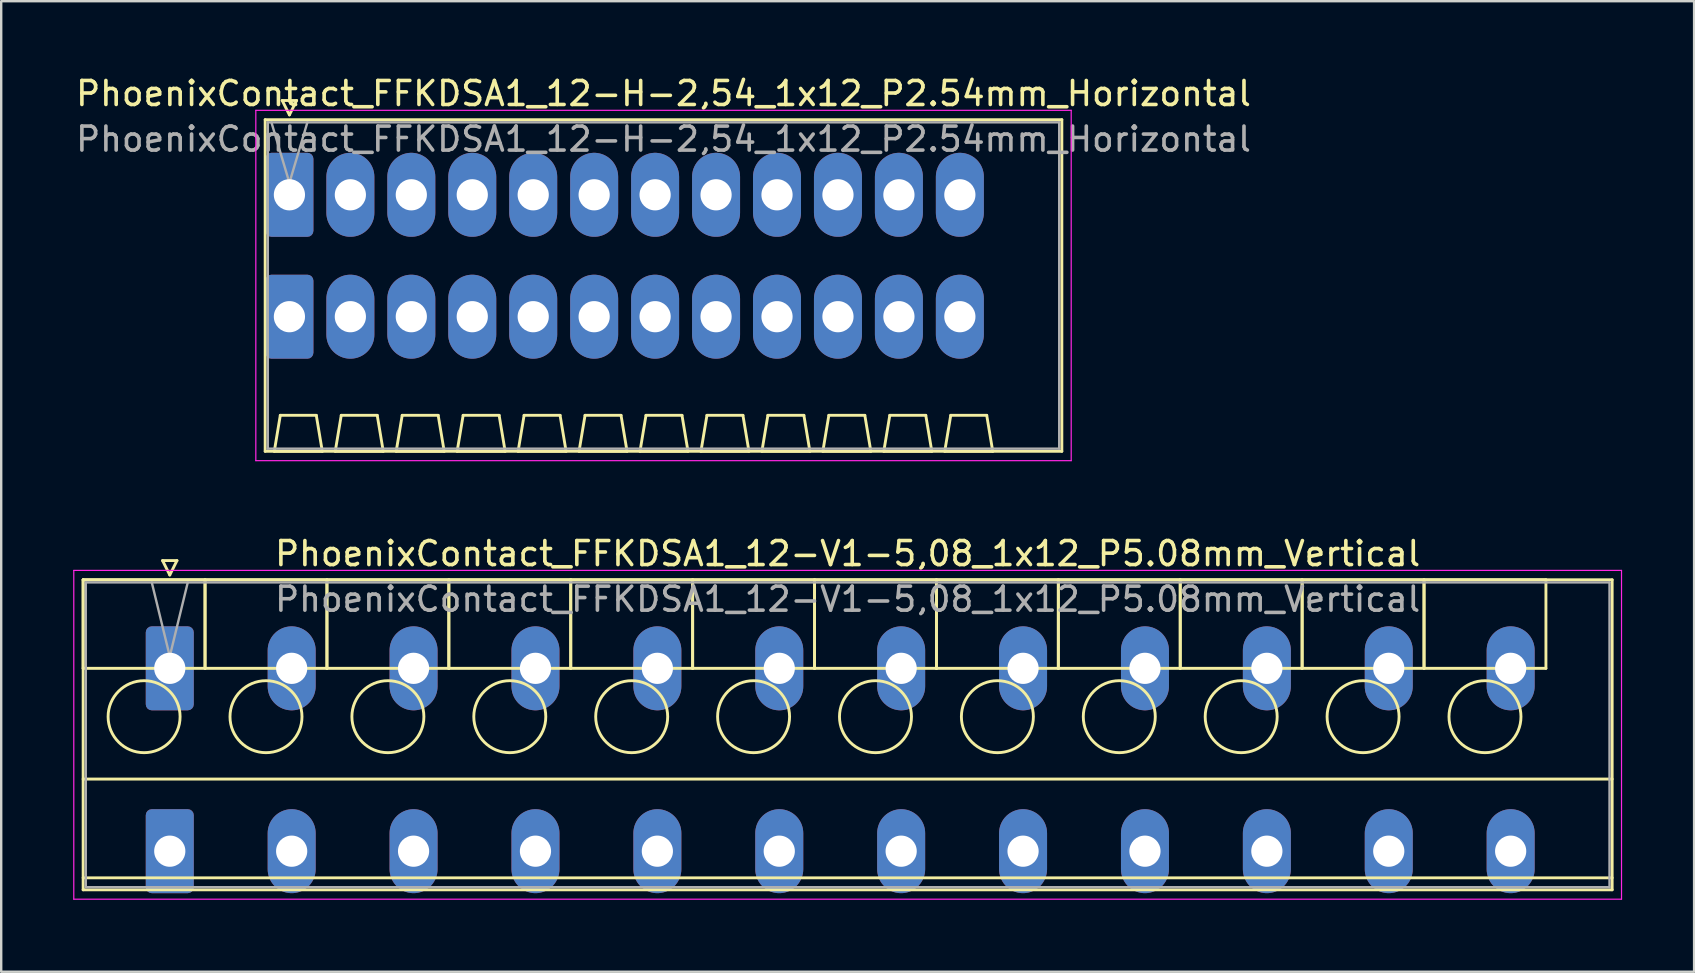
<source format=kicad_pcb>
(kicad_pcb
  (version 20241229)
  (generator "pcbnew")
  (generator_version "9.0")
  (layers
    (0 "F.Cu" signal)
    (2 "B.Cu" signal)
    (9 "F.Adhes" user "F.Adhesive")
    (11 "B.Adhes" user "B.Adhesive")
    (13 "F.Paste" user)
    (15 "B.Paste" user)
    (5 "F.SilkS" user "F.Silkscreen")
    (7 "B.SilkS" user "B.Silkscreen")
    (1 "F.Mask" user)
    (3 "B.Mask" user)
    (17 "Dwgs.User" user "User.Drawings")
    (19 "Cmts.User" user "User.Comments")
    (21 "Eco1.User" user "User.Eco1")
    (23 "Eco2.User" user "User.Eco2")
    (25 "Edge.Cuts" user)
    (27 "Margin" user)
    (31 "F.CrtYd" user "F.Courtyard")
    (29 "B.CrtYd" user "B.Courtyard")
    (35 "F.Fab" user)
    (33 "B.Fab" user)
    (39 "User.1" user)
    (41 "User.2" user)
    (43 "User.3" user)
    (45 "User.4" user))
  (footprint "PhoenixContact_FFKDSA1_12-H-2,54_1x12_P2.54mm_Horizontal"
    (layer "F.Cu")
    (at 9.011 5.068)
    (property "Reference" "PhoenixContact_FFKDSA1_12-H-2,54_1x12_P2.54mm_Horizontal" (at 15.59 -4.22 0) (layer "F.SilkS") (effects (font (size 1 1) (thickness 0.15))))
    (attr through_hole)
    (fp_line (start -1.01 -3.13) (end -1.01 10.69) (stroke (width 0.12) (type solid)) (layer "F.SilkS"))
    (fp_line (start -1.01 10.69) (end 32.19 10.69) (stroke (width 0.12) (type solid)) (layer "F.SilkS"))
    (fp_line (start -0.63 10.69) (end 1.37 10.69) (stroke (width 0.12) (type solid)) (layer "F.SilkS"))
    (fp_line (start -0.38 9.19) (end -0.63 10.69) (stroke (width 0.12) (type solid)) (layer "F.SilkS"))
    (fp_line (start -0.3 -3.93) (end 0.3 -3.93) (stroke (width 0.12) (type solid)) (layer "F.SilkS"))
    (fp_line (start 0 -3.33) (end -0.3 -3.93) (stroke (width 0.12) (type solid)) (layer "F.SilkS"))
    (fp_line (start 0.3 -3.93) (end 0 -3.33) (stroke (width 0.12) (type solid)) (layer "F.SilkS"))
    (fp_line (start 1.12 9.19) (end -0.38 9.19) (stroke (width 0.12) (type solid)) (layer "F.SilkS"))
    (fp_line (start 1.37 10.69) (end 1.12 9.19) (stroke (width 0.12) (type solid)) (layer "F.SilkS"))
    (fp_line (start 1.91 10.69) (end 3.91 10.69) (stroke (width 0.12) (type solid)) (layer "F.SilkS"))
    (fp_line (start 2.16 9.19) (end 1.91 10.69) (stroke (width 0.12) (type solid)) (layer "F.SilkS"))
    (fp_line (start 3.66 9.19) (end 2.16 9.19) (stroke (width 0.12) (type solid)) (layer "F.SilkS"))
    (fp_line (start 3.91 10.69) (end 3.66 9.19) (stroke (width 0.12) (type solid)) (layer "F.SilkS"))
    (fp_line (start 4.45 10.69) (end 6.45 10.69) (stroke (width 0.12) (type solid)) (layer "F.SilkS"))
    (fp_line (start 4.7 9.19) (end 4.45 10.69) (stroke (width 0.12) (type solid)) (layer "F.SilkS"))
    (fp_line (start 6.2 9.19) (end 4.7 9.19) (stroke (width 0.12) (type solid)) (layer "F.SilkS"))
    (fp_line (start 6.45 10.69) (end 6.2 9.19) (stroke (width 0.12) (type solid)) (layer "F.SilkS"))
    (fp_line (start 6.99 10.69) (end 8.99 10.69) (stroke (width 0.12) (type solid)) (layer "F.SilkS"))
    (fp_line (start 7.24 9.19) (end 6.99 10.69) (stroke (width 0.12) (type solid)) (layer "F.SilkS"))
    (fp_line (start 8.74 9.19) (end 7.24 9.19) (stroke (width 0.12) (type solid)) (layer "F.SilkS"))
    (fp_line (start 8.99 10.69) (end 8.74 9.19) (stroke (width 0.12) (type solid)) (layer "F.SilkS"))
    (fp_line (start 9.53 10.69) (end 11.53 10.69) (stroke (width 0.12) (type solid)) (layer "F.SilkS"))
    (fp_line (start 9.78 9.19) (end 9.53 10.69) (stroke (width 0.12) (type solid)) (layer "F.SilkS"))
    (fp_line (start 11.28 9.19) (end 9.78 9.19) (stroke (width 0.12) (type solid)) (layer "F.SilkS"))
    (fp_line (start 11.53 10.69) (end 11.28 9.19) (stroke (width 0.12) (type solid)) (layer "F.SilkS"))
    (fp_line (start 12.07 10.69) (end 14.07 10.69) (stroke (width 0.12) (type solid)) (layer "F.SilkS"))
    (fp_line (start 12.32 9.19) (end 12.07 10.69) (stroke (width 0.12) (type solid)) (layer "F.SilkS"))
    (fp_line (start 13.82 9.19) (end 12.32 9.19) (stroke (width 0.12) (type solid)) (layer "F.SilkS"))
    (fp_line (start 14.07 10.69) (end 13.82 9.19) (stroke (width 0.12) (type solid)) (layer "F.SilkS"))
    (fp_line (start 14.61 10.69) (end 16.61 10.69) (stroke (width 0.12) (type solid)) (layer "F.SilkS"))
    (fp_line (start 14.86 9.19) (end 14.61 10.69) (stroke (width 0.12) (type solid)) (layer "F.SilkS"))
    (fp_line (start 16.36 9.19) (end 14.86 9.19) (stroke (width 0.12) (type solid)) (layer "F.SilkS"))
    (fp_line (start 16.61 10.69) (end 16.36 9.19) (stroke (width 0.12) (type solid)) (layer "F.SilkS"))
    (fp_line (start 17.15 10.69) (end 19.15 10.69) (stroke (width 0.12) (type solid)) (layer "F.SilkS"))
    (fp_line (start 17.4 9.19) (end 17.15 10.69) (stroke (width 0.12) (type solid)) (layer "F.SilkS"))
    (fp_line (start 18.9 9.19) (end 17.4 9.19) (stroke (width 0.12) (type solid)) (layer "F.SilkS"))
    (fp_line (start 19.15 10.69) (end 18.9 9.19) (stroke (width 0.12) (type solid)) (layer "F.SilkS"))
    (fp_line (start 19.69 10.69) (end 21.69 10.69) (stroke (width 0.12) (type solid)) (layer "F.SilkS"))
    (fp_line (start 19.94 9.19) (end 19.69 10.69) (stroke (width 0.12) (type solid)) (layer "F.SilkS"))
    (fp_line (start 21.44 9.19) (end 19.94 9.19) (stroke (width 0.12) (type solid)) (layer "F.SilkS"))
    (fp_line (start 21.69 10.69) (end 21.44 9.19) (stroke (width 0.12) (type solid)) (layer "F.SilkS"))
    (fp_line (start 22.23 10.69) (end 24.23 10.69) (stroke (width 0.12) (type solid)) (layer "F.SilkS"))
    (fp_line (start 22.48 9.19) (end 22.23 10.69) (stroke (width 0.12) (type solid)) (layer "F.SilkS"))
    (fp_line (start 23.98 9.19) (end 22.48 9.19) (stroke (width 0.12) (type solid)) (layer "F.SilkS"))
    (fp_line (start 24.23 10.69) (end 23.98 9.19) (stroke (width 0.12) (type solid)) (layer "F.SilkS"))
    (fp_line (start 24.77 10.69) (end 26.77 10.69) (stroke (width 0.12) (type solid)) (layer "F.SilkS"))
    (fp_line (start 25.02 9.19) (end 24.77 10.69) (stroke (width 0.12) (type solid)) (layer "F.SilkS"))
    (fp_line (start 26.52 9.19) (end 25.02 9.19) (stroke (width 0.12) (type solid)) (layer "F.SilkS"))
    (fp_line (start 26.77 10.69) (end 26.52 9.19) (stroke (width 0.12) (type solid)) (layer "F.SilkS"))
    (fp_line (start 27.31 10.69) (end 29.31 10.69) (stroke (width 0.12) (type solid)) (layer "F.SilkS"))
    (fp_line (start 27.56 9.19) (end 27.31 10.69) (stroke (width 0.12) (type solid)) (layer "F.SilkS"))
    (fp_line (start 29.06 9.19) (end 27.56 9.19) (stroke (width 0.12) (type solid)) (layer "F.SilkS"))
    (fp_line (start 29.31 10.69) (end 29.06 9.19) (stroke (width 0.12) (type solid)) (layer "F.SilkS"))
    (fp_line (start 32.19 -3.13) (end -1.01 -3.13) (stroke (width 0.12) (type solid)) (layer "F.SilkS"))
    (fp_line (start 32.19 10.69) (end 32.19 -3.13) (stroke (width 0.12) (type solid)) (layer "F.SilkS"))
    (fp_line (start -1.4 -3.52) (end -1.4 11.08) (stroke (width 0.05) (type solid)) (layer "F.CrtYd"))
    (fp_line (start -1.4 11.08) (end 32.58 11.08) (stroke (width 0.05) (type solid)) (layer "F.CrtYd"))
    (fp_line (start 32.58 -3.52) (end -1.4 -3.52) (stroke (width 0.05) (type solid)) (layer "F.CrtYd"))
    (fp_line (start 32.58 11.08) (end 32.58 -3.52) (stroke (width 0.05) (type solid)) (layer "F.CrtYd"))
    (fp_line (start -0.9 -3.02) (end -0.9 10.58) (stroke (width 0.1) (type solid)) (layer "F.Fab"))
    (fp_line (start -0.9 10.58) (end 32.08 10.58) (stroke (width 0.1) (type solid)) (layer "F.Fab"))
    (fp_line (start 0 -0.5) (end -0.75 -3.02) (stroke (width 0.1) (type solid)) (layer "F.Fab"))
    (fp_line (start 0.75 -3.02) (end 0 -0.5) (stroke (width 0.1) (type solid)) (layer "F.Fab"))
    (fp_line (start 32.08 -3.02) (end -0.9 -3.02) (stroke (width 0.1) (type solid)) (layer "F.Fab"))
    (fp_line (start 32.08 10.58) (end 32.08 -3.02) (stroke (width 0.1) (type solid)) (layer "F.Fab"))
    (fp_text user "${REFERENCE}" (at 15.59 -2.32 0) (layer "F.Fab") (effects (font (size 1 1) (thickness 0.15))))
    (pad "1" thru_hole roundrect (at 0 0) (size 2 3.5) (drill 1.3) (layers "*.Cu" "*.Mask") (roundrect_rratio 0.125))
    (pad "1" thru_hole roundrect (at 0 5.08) (size 2 3.5) (drill 1.3) (layers "*.Cu" "*.Mask") (roundrect_rratio 0.125))
    (pad "2" thru_hole oval (at 2.54 0) (size 2 3.5) (drill 1.3) (layers "*.Cu" "*.Mask"))
    (pad "2" thru_hole oval (at 2.54 5.08) (size 2 3.5) (drill 1.3) (layers "*.Cu" "*.Mask"))
    (pad "3" thru_hole oval (at 5.08 0) (size 2 3.5) (drill 1.3) (layers "*.Cu" "*.Mask"))
    (pad "3" thru_hole oval (at 5.08 5.08) (size 2 3.5) (drill 1.3) (layers "*.Cu" "*.Mask"))
    (pad "4" thru_hole oval (at 7.62 0) (size 2 3.5) (drill 1.3) (layers "*.Cu" "*.Mask"))
    (pad "4" thru_hole oval (at 7.62 5.08) (size 2 3.5) (drill 1.3) (layers "*.Cu" "*.Mask"))
    (pad "5" thru_hole oval (at 10.16 0) (size 2 3.5) (drill 1.3) (layers "*.Cu" "*.Mask"))
    (pad "5" thru_hole oval (at 10.16 5.08) (size 2 3.5) (drill 1.3) (layers "*.Cu" "*.Mask"))
    (pad "6" thru_hole oval (at 12.7 0) (size 2 3.5) (drill 1.3) (layers "*.Cu" "*.Mask"))
    (pad "6" thru_hole oval (at 12.7 5.08) (size 2 3.5) (drill 1.3) (layers "*.Cu" "*.Mask"))
    (pad "7" thru_hole oval (at 15.24 0) (size 2 3.5) (drill 1.3) (layers "*.Cu" "*.Mask"))
    (pad "7" thru_hole oval (at 15.24 5.08) (size 2 3.5) (drill 1.3) (layers "*.Cu" "*.Mask"))
    (pad "8" thru_hole oval (at 17.78 0) (size 2 3.5) (drill 1.3) (layers "*.Cu" "*.Mask"))
    (pad "8" thru_hole oval (at 17.78 5.08) (size 2 3.5) (drill 1.3) (layers "*.Cu" "*.Mask"))
    (pad "9" thru_hole oval (at 20.32 0) (size 2 3.5) (drill 1.3) (layers "*.Cu" "*.Mask"))
    (pad "9" thru_hole oval (at 20.32 5.08) (size 2 3.5) (drill 1.3) (layers "*.Cu" "*.Mask"))
    (pad "10" thru_hole oval (at 22.86 0) (size 2 3.5) (drill 1.3) (layers "*.Cu" "*.Mask"))
    (pad "10" thru_hole oval (at 22.86 5.08) (size 2 3.5) (drill 1.3) (layers "*.Cu" "*.Mask"))
    (pad "11" thru_hole oval (at 25.4 0) (size 2 3.5) (drill 1.3) (layers "*.Cu" "*.Mask"))
    (pad "11" thru_hole oval (at 25.4 5.08) (size 2 3.5) (drill 1.3) (layers "*.Cu" "*.Mask"))
    (pad "12" thru_hole oval (at 27.94 0) (size 2 3.5) (drill 1.3) (layers "*.Cu" "*.Mask"))
    (pad "12" thru_hole oval (at 27.94 5.08) (size 2 3.5) (drill 1.3) (layers "*.Cu" "*.Mask")))
  (footprint "PhoenixContact_FFKDSA1_12-V1-5,08_1x12_P5.08mm_Vertical"
    (layer "F.Cu")
    (at 4.025 24.802)
    (property "Reference" "PhoenixContact_FFKDSA1_12-V1-5,08_1x12_P5.08mm_Vertical" (at 28.25 -4.78 0) (layer "F.SilkS") (effects (font (size 1 1) (thickness 0.15))))
    (attr through_hole)
    (fp_line (start -3.61 -3.69) (end -3.61 0) (stroke (width 0.12) (type solid)) (layer "F.SilkS"))
    (fp_line (start -3.61 -3.69) (end -3.61 9.23) (stroke (width 0.12) (type solid)) (layer "F.SilkS"))
    (fp_line (start -3.61 0) (end 1.47 0) (stroke (width 0.12) (type solid)) (layer "F.SilkS"))
    (fp_line (start -3.61 4.615) (end 60.11 4.615) (stroke (width 0.12) (type solid)) (layer "F.SilkS"))
    (fp_line (start -3.61 8.73) (end 60.11 8.73) (stroke (width 0.12) (type solid)) (layer "F.SilkS"))
    (fp_line (start -3.61 9.23) (end 60.11 9.23) (stroke (width 0.12) (type solid)) (layer "F.SilkS"))
    (fp_line (start -0.3 -4.49) (end 0.3 -4.49) (stroke (width 0.12) (type solid)) (layer "F.SilkS"))
    (fp_line (start 0 -3.89) (end -0.3 -4.49) (stroke (width 0.12) (type solid)) (layer "F.SilkS"))
    (fp_line (start 0.3 -4.49) (end 0 -3.89) (stroke (width 0.12) (type solid)) (layer "F.SilkS"))
    (fp_line (start 1.47 -3.69) (end -3.61 -3.69) (stroke (width 0.12) (type solid)) (layer "F.SilkS"))
    (fp_line (start 1.47 -3.69) (end 1.47 0) (stroke (width 0.12) (type solid)) (layer "F.SilkS"))
    (fp_line (start 1.47 0) (end 1.47 -3.69) (stroke (width 0.12) (type solid)) (layer "F.SilkS"))
    (fp_line (start 1.47 0) (end 6.55 0) (stroke (width 0.12) (type solid)) (layer "F.SilkS"))
    (fp_line (start 6.55 -3.69) (end 1.47 -3.69) (stroke (width 0.12) (type solid)) (layer "F.SilkS"))
    (fp_line (start 6.55 -3.69) (end 6.55 0) (stroke (width 0.12) (type solid)) (layer "F.SilkS"))
    (fp_line (start 6.55 0) (end 6.55 -3.69) (stroke (width 0.12) (type solid)) (layer "F.SilkS"))
    (fp_line (start 6.55 0) (end 11.63 0) (stroke (width 0.12) (type solid)) (layer "F.SilkS"))
    (fp_line (start 11.63 -3.69) (end 6.55 -3.69) (stroke (width 0.12) (type solid)) (layer "F.SilkS"))
    (fp_line (start 11.63 -3.69) (end 11.63 0) (stroke (width 0.12) (type solid)) (layer "F.SilkS"))
    (fp_line (start 11.63 0) (end 11.63 -3.69) (stroke (width 0.12) (type solid)) (layer "F.SilkS"))
    (fp_line (start 11.63 0) (end 16.71 0) (stroke (width 0.12) (type solid)) (layer "F.SilkS"))
    (fp_line (start 16.71 -3.69) (end 11.63 -3.69) (stroke (width 0.12) (type solid)) (layer "F.SilkS"))
    (fp_line (start 16.71 -3.69) (end 16.71 0) (stroke (width 0.12) (type solid)) (layer "F.SilkS"))
    (fp_line (start 16.71 0) (end 16.71 -3.69) (stroke (width 0.12) (type solid)) (layer "F.SilkS"))
    (fp_line (start 16.71 0) (end 21.79 0) (stroke (width 0.12) (type solid)) (layer "F.SilkS"))
    (fp_line (start 21.79 -3.69) (end 16.71 -3.69) (stroke (width 0.12) (type solid)) (layer "F.SilkS"))
    (fp_line (start 21.79 -3.69) (end 21.79 0) (stroke (width 0.12) (type solid)) (layer "F.SilkS"))
    (fp_line (start 21.79 0) (end 21.79 -3.69) (stroke (width 0.12) (type solid)) (layer "F.SilkS"))
    (fp_line (start 21.79 0) (end 26.87 0) (stroke (width 0.12) (type solid)) (layer "F.SilkS"))
    (fp_line (start 26.87 -3.69) (end 21.79 -3.69) (stroke (width 0.12) (type solid)) (layer "F.SilkS"))
    (fp_line (start 26.87 -3.69) (end 26.87 0) (stroke (width 0.12) (type solid)) (layer "F.SilkS"))
    (fp_line (start 26.87 0) (end 26.87 -3.69) (stroke (width 0.12) (type solid)) (layer "F.SilkS"))
    (fp_line (start 26.87 0) (end 31.95 0) (stroke (width 0.12) (type solid)) (layer "F.SilkS"))
    (fp_line (start 31.95 -3.69) (end 26.87 -3.69) (stroke (width 0.12) (type solid)) (layer "F.SilkS"))
    (fp_line (start 31.95 -3.69) (end 31.95 0) (stroke (width 0.12) (type solid)) (layer "F.SilkS"))
    (fp_line (start 31.95 0) (end 31.95 -3.69) (stroke (width 0.12) (type solid)) (layer "F.SilkS"))
    (fp_line (start 31.95 0) (end 37.03 0) (stroke (width 0.12) (type solid)) (layer "F.SilkS"))
    (fp_line (start 37.03 -3.69) (end 31.95 -3.69) (stroke (width 0.12) (type solid)) (layer "F.SilkS"))
    (fp_line (start 37.03 -3.69) (end 37.03 0) (stroke (width 0.12) (type solid)) (layer "F.SilkS"))
    (fp_line (start 37.03 0) (end 37.03 -3.69) (stroke (width 0.12) (type solid)) (layer "F.SilkS"))
    (fp_line (start 37.03 0) (end 42.11 0) (stroke (width 0.12) (type solid)) (layer "F.SilkS"))
    (fp_line (start 42.11 -3.69) (end 37.03 -3.69) (stroke (width 0.12) (type solid)) (layer "F.SilkS"))
    (fp_line (start 42.11 -3.69) (end 42.11 0) (stroke (width 0.12) (type solid)) (layer "F.SilkS"))
    (fp_line (start 42.11 0) (end 42.11 -3.69) (stroke (width 0.12) (type solid)) (layer "F.SilkS"))
    (fp_line (start 42.11 0) (end 47.19 0) (stroke (width 0.12) (type solid)) (layer "F.SilkS"))
    (fp_line (start 47.19 -3.69) (end 42.11 -3.69) (stroke (width 0.12) (type solid)) (layer "F.SilkS"))
    (fp_line (start 47.19 -3.69) (end 47.19 0) (stroke (width 0.12) (type solid)) (layer "F.SilkS"))
    (fp_line (start 47.19 0) (end 47.19 -3.69) (stroke (width 0.12) (type solid)) (layer "F.SilkS"))
    (fp_line (start 47.19 0) (end 52.27 0) (stroke (width 0.12) (type solid)) (layer "F.SilkS"))
    (fp_line (start 52.27 -3.69) (end 47.19 -3.69) (stroke (width 0.12) (type solid)) (layer "F.SilkS"))
    (fp_line (start 52.27 -3.69) (end 52.27 0) (stroke (width 0.12) (type solid)) (layer "F.SilkS"))
    (fp_line (start 52.27 0) (end 52.27 -3.69) (stroke (width 0.12) (type solid)) (layer "F.SilkS"))
    (fp_line (start 52.27 0) (end 57.35 0) (stroke (width 0.12) (type solid)) (layer "F.SilkS"))
    (fp_line (start 57.35 -3.69) (end 52.27 -3.69) (stroke (width 0.12) (type solid)) (layer "F.SilkS"))
    (fp_line (start 57.35 0) (end 57.35 -3.69) (stroke (width 0.12) (type solid)) (layer "F.SilkS"))
    (fp_line (start 60.11 -3.69) (end -3.61 -3.69) (stroke (width 0.12) (type solid)) (layer "F.SilkS"))
    (fp_line (start 60.11 9.23) (end 60.11 -3.69) (stroke (width 0.12) (type solid)) (layer "F.SilkS"))
    (fp_circle (center -1.07 2.015) (end 0.43 2.015) (stroke (width 0.12) (type solid)) (fill no) (layer "F.SilkS"))
    (fp_circle (center 4.01 2.015) (end 5.51 2.015) (stroke (width 0.12) (type solid)) (fill no) (layer "F.SilkS"))
    (fp_circle (center 9.09 2.015) (end 10.59 2.015) (stroke (width 0.12) (type solid)) (fill no) (layer "F.SilkS"))
    (fp_circle (center 14.17 2.015) (end 15.67 2.015) (stroke (width 0.12) (type solid)) (fill no) (layer "F.SilkS"))
    (fp_circle (center 19.25 2.015) (end 20.75 2.015) (stroke (width 0.12) (type solid)) (fill no) (layer "F.SilkS"))
    (fp_circle (center 24.33 2.015) (end 25.83 2.015) (stroke (width 0.12) (type solid)) (fill no) (layer "F.SilkS"))
    (fp_circle (center 29.41 2.015) (end 30.91 2.015) (stroke (width 0.12) (type solid)) (fill no) (layer "F.SilkS"))
    (fp_circle (center 34.49 2.015) (end 35.99 2.015) (stroke (width 0.12) (type solid)) (fill no) (layer "F.SilkS"))
    (fp_circle (center 39.57 2.015) (end 41.07 2.015) (stroke (width 0.12) (type solid)) (fill no) (layer "F.SilkS"))
    (fp_circle (center 44.65 2.015) (end 46.15 2.015) (stroke (width 0.12) (type solid)) (fill no) (layer "F.SilkS"))
    (fp_circle (center 49.73 2.015) (end 51.23 2.015) (stroke (width 0.12) (type solid)) (fill no) (layer "F.SilkS"))
    (fp_circle (center 54.81 2.015) (end 56.31 2.015) (stroke (width 0.12) (type solid)) (fill no) (layer "F.SilkS"))
    (fp_line (start -4 -4.08) (end -4 9.62) (stroke (width 0.05) (type solid)) (layer "F.CrtYd"))
    (fp_line (start -4 9.62) (end 60.5 9.62) (stroke (width 0.05) (type solid)) (layer "F.CrtYd"))
    (fp_line (start 60.5 -4.08) (end -4 -4.08) (stroke (width 0.05) (type solid)) (layer "F.CrtYd"))
    (fp_line (start 60.5 9.62) (end 60.5 -4.08) (stroke (width 0.05) (type solid)) (layer "F.CrtYd"))
    (fp_line (start -3.5 -3.58) (end -3.5 9.12) (stroke (width 0.1) (type solid)) (layer "F.Fab"))
    (fp_line (start -3.5 9.12) (end 60 9.12) (stroke (width 0.1) (type solid)) (layer "F.Fab"))
    (fp_line (start 0 -0.5) (end -0.75 -3.58) (stroke (width 0.1) (type solid)) (layer "F.Fab"))
    (fp_line (start 0.75 -3.58) (end 0 -0.5) (stroke (width 0.1) (type solid)) (layer "F.Fab"))
    (fp_line (start 60 -3.58) (end -3.5 -3.58) (stroke (width 0.1) (type solid)) (layer "F.Fab"))
    (fp_line (start 60 9.12) (end 60 -3.58) (stroke (width 0.1) (type solid)) (layer "F.Fab"))
    (fp_text user "${REFERENCE}" (at 28.25 -2.88 0) (layer "F.Fab") (effects (font (size 1 1) (thickness 0.15))))
    (pad "1" thru_hole roundrect (at 0 0) (size 2 3.5) (drill 1.3) (layers "*.Cu" "*.Mask") (roundrect_rratio 0.125))
    (pad "1" thru_hole roundrect (at 0 7.62) (size 2 3.5) (drill 1.3) (layers "*.Cu" "*.Mask") (roundrect_rratio 0.125))
    (pad "2" thru_hole oval (at 5.08 0) (size 2 3.5) (drill 1.3) (layers "*.Cu" "*.Mask"))
    (pad "2" thru_hole oval (at 5.08 7.62) (size 2 3.5) (drill 1.3) (layers "*.Cu" "*.Mask"))
    (pad "3" thru_hole oval (at 10.16 0) (size 2 3.5) (drill 1.3) (layers "*.Cu" "*.Mask"))
    (pad "3" thru_hole oval (at 10.16 7.62) (size 2 3.5) (drill 1.3) (layers "*.Cu" "*.Mask"))
    (pad "4" thru_hole oval (at 15.24 0) (size 2 3.5) (drill 1.3) (layers "*.Cu" "*.Mask"))
    (pad "4" thru_hole oval (at 15.24 7.62) (size 2 3.5) (drill 1.3) (layers "*.Cu" "*.Mask"))
    (pad "5" thru_hole oval (at 20.32 0) (size 2 3.5) (drill 1.3) (layers "*.Cu" "*.Mask"))
    (pad "5" thru_hole oval (at 20.32 7.62) (size 2 3.5) (drill 1.3) (layers "*.Cu" "*.Mask"))
    (pad "6" thru_hole oval (at 25.4 0) (size 2 3.5) (drill 1.3) (layers "*.Cu" "*.Mask"))
    (pad "6" thru_hole oval (at 25.4 7.62) (size 2 3.5) (drill 1.3) (layers "*.Cu" "*.Mask"))
    (pad "7" thru_hole oval (at 30.48 0) (size 2 3.5) (drill 1.3) (layers "*.Cu" "*.Mask"))
    (pad "7" thru_hole oval (at 30.48 7.62) (size 2 3.5) (drill 1.3) (layers "*.Cu" "*.Mask"))
    (pad "8" thru_hole oval (at 35.56 0) (size 2 3.5) (drill 1.3) (layers "*.Cu" "*.Mask"))
    (pad "8" thru_hole oval (at 35.56 7.62) (size 2 3.5) (drill 1.3) (layers "*.Cu" "*.Mask"))
    (pad "9" thru_hole oval (at 40.64 0) (size 2 3.5) (drill 1.3) (layers "*.Cu" "*.Mask"))
    (pad "9" thru_hole oval (at 40.64 7.62) (size 2 3.5) (drill 1.3) (layers "*.Cu" "*.Mask"))
    (pad "10" thru_hole oval (at 45.72 0) (size 2 3.5) (drill 1.3) (layers "*.Cu" "*.Mask"))
    (pad "10" thru_hole oval (at 45.72 7.62) (size 2 3.5) (drill 1.3) (layers "*.Cu" "*.Mask"))
    (pad "11" thru_hole oval (at 50.8 0) (size 2 3.5) (drill 1.3) (layers "*.Cu" "*.Mask"))
    (pad "11" thru_hole oval (at 50.8 7.62) (size 2 3.5) (drill 1.3) (layers "*.Cu" "*.Mask"))
    (pad "12" thru_hole oval (at 55.88 0) (size 2 3.5) (drill 1.3) (layers "*.Cu" "*.Mask"))
    (pad "12" thru_hole oval (at 55.88 7.62) (size 2 3.5) (drill 1.3) (layers "*.Cu" "*.Mask")))
  (gr_rect
    (start -3 -3)
    (end 67.55 37.447)
    (stroke (width 0.1) (type default))
    (fill no)
    (layer "Edge.Cuts")))
</source>
